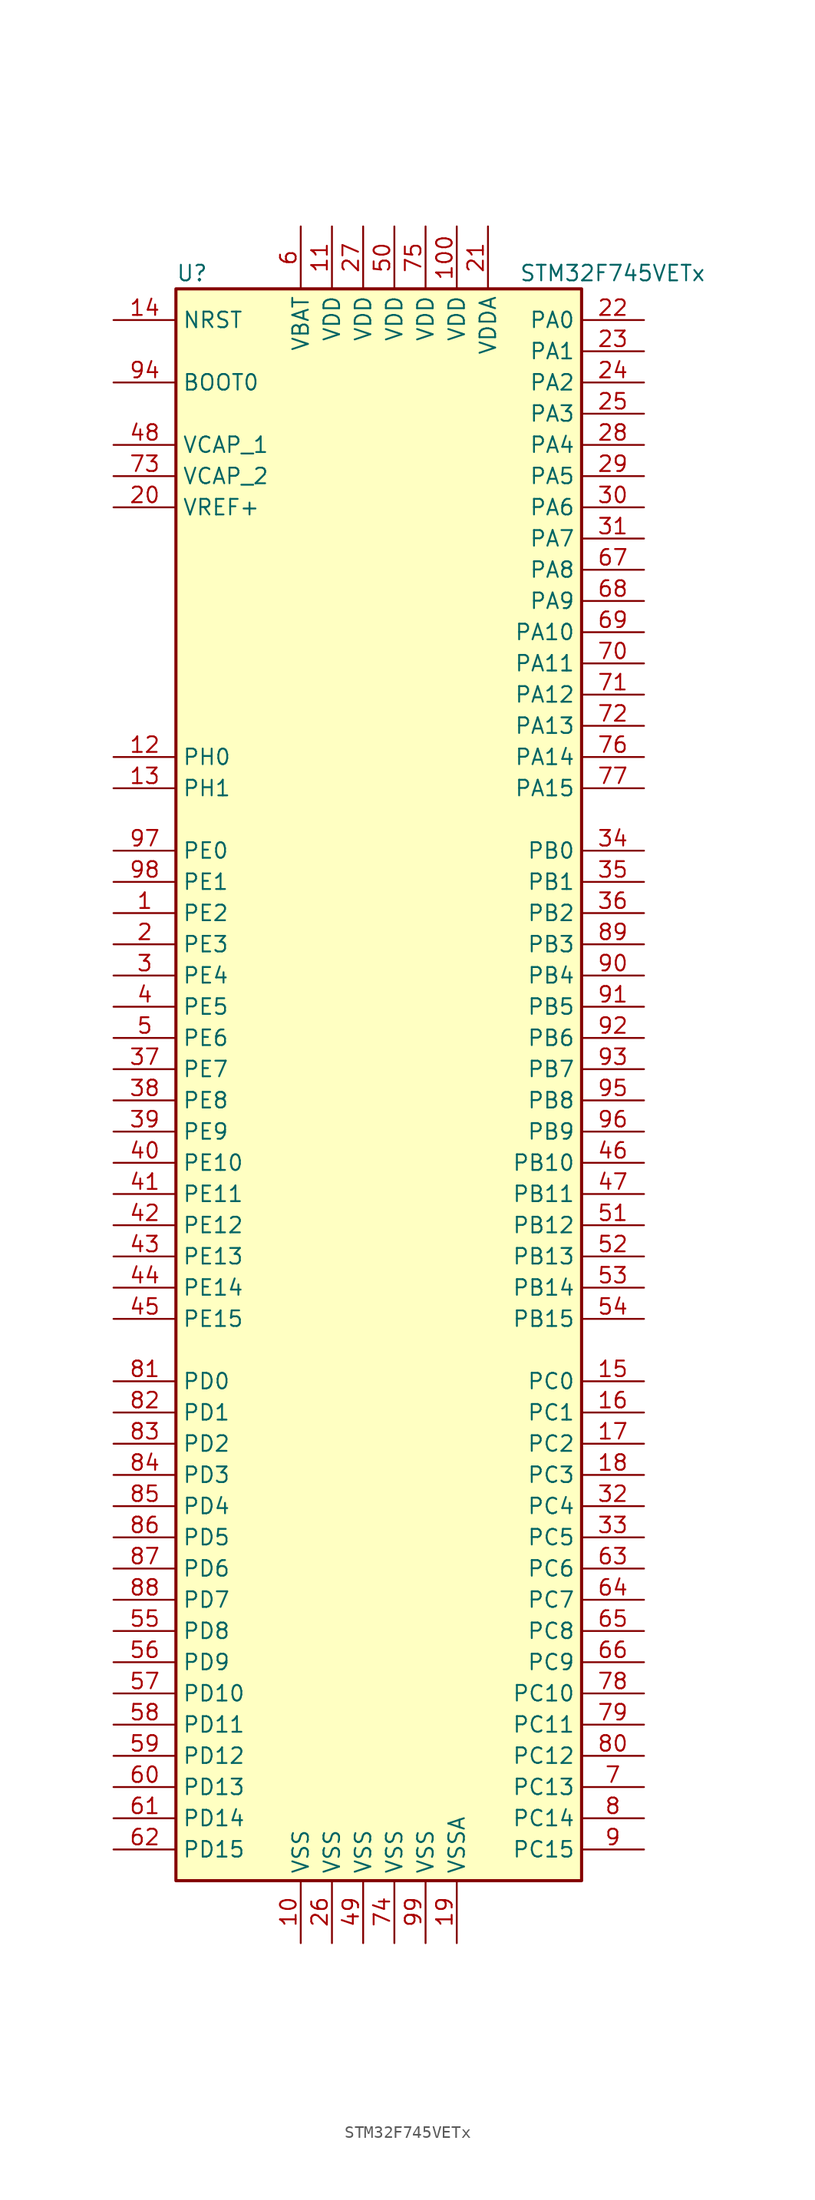
<source format=kicad_sym>
(kicad_symbol_lib
  (version 20201005)
  (generator kicad_symbol_editor)
  (symbol "STM32F745VETx"
    (property "Reference" "U"
      (at -17.78 64.77 0)
      (effects (font (size 1.27 1.27)) (justify left)))
    (property "Value" "STM32F745VETx"
      (at 10.16 64.77 0)
      (effects (font (size 1.27 1.27)) (justify left)))
    (symbol "STM32F745VETx_0_1"
      (rectangle (start -17.78 -66.04) (end 15.24 63.5) (stroke (width 0.254)) (fill (type background))))
    (symbol "STM32F745VETx_1_1"
      (pin bidirectional line (at -22.86 12.7 0) (length 5.08) (name "PE2" (effects (font (size 1.27 1.27)))) (number "1" (effects (font (size 1.27 1.27)))))
      (pin power_in line (at -7.62 -71.12 90) (length 5.08) (name "VSS" (effects (font (size 1.27 1.27)))) (number "10" (effects (font (size 1.27 1.27)))))
      (pin power_in line (at 5.08 68.58 270) (length 5.08) (name "VDD" (effects (font (size 1.27 1.27)))) (number "100" (effects (font (size 1.27 1.27)))))
      (pin power_in line (at -5.08 68.58 270) (length 5.08) (name "VDD" (effects (font (size 1.27 1.27)))) (number "11" (effects (font (size 1.27 1.27)))))
      (pin input line (at -22.86 25.4 0) (length 5.08) (name "PH0" (effects (font (size 1.27 1.27)))) (number "12" (effects (font (size 1.27 1.27)))))
      (pin input line (at -22.86 22.86 0) (length 5.08) (name "PH1" (effects (font (size 1.27 1.27)))) (number "13" (effects (font (size 1.27 1.27)))))
      (pin input line (at -22.86 60.96 0) (length 5.08) (name "NRST" (effects (font (size 1.27 1.27)))) (number "14" (effects (font (size 1.27 1.27)))))
      (pin bidirectional line (at 20.32 -25.4 180) (length 5.08) (name "PC0" (effects (font (size 1.27 1.27)))) (number "15" (effects (font (size 1.27 1.27)))))
      (pin bidirectional line (at 20.32 -27.94 180) (length 5.08) (name "PC1" (effects (font (size 1.27 1.27)))) (number "16" (effects (font (size 1.27 1.27)))))
      (pin bidirectional line (at 20.32 -30.48 180) (length 5.08) (name "PC2" (effects (font (size 1.27 1.27)))) (number "17" (effects (font (size 1.27 1.27)))))
      (pin bidirectional line (at 20.32 -33.02 180) (length 5.08) (name "PC3" (effects (font (size 1.27 1.27)))) (number "18" (effects (font (size 1.27 1.27)))))
      (pin power_in line (at 5.08 -71.12 90) (length 5.08) (name "VSSA" (effects (font (size 1.27 1.27)))) (number "19" (effects (font (size 1.27 1.27)))))
      (pin bidirectional line (at -22.86 10.16 0) (length 5.08) (name "PE3" (effects (font (size 1.27 1.27)))) (number "2" (effects (font (size 1.27 1.27)))))
      (pin power_in line (at -22.86 45.72 0) (length 5.08) (name "VREF+" (effects (font (size 1.27 1.27)))) (number "20" (effects (font (size 1.27 1.27)))))
      (pin power_in line (at 7.62 68.58 270) (length 5.08) (name "VDDA" (effects (font (size 1.27 1.27)))) (number "21" (effects (font (size 1.27 1.27)))))
      (pin bidirectional line (at 20.32 60.96 180) (length 5.08) (name "PA0" (effects (font (size 1.27 1.27)))) (number "22" (effects (font (size 1.27 1.27)))))
      (pin bidirectional line (at 20.32 58.42 180) (length 5.08) (name "PA1" (effects (font (size 1.27 1.27)))) (number "23" (effects (font (size 1.27 1.27)))))
      (pin bidirectional line (at 20.32 55.88 180) (length 5.08) (name "PA2" (effects (font (size 1.27 1.27)))) (number "24" (effects (font (size 1.27 1.27)))))
      (pin bidirectional line (at 20.32 53.34 180) (length 5.08) (name "PA3" (effects (font (size 1.27 1.27)))) (number "25" (effects (font (size 1.27 1.27)))))
      (pin power_in line (at -5.08 -71.12 90) (length 5.08) (name "VSS" (effects (font (size 1.27 1.27)))) (number "26" (effects (font (size 1.27 1.27)))))
      (pin power_in line (at -2.54 68.58 270) (length 5.08) (name "VDD" (effects (font (size 1.27 1.27)))) (number "27" (effects (font (size 1.27 1.27)))))
      (pin bidirectional line (at 20.32 50.8 180) (length 5.08) (name "PA4" (effects (font (size 1.27 1.27)))) (number "28" (effects (font (size 1.27 1.27)))))
      (pin bidirectional line (at 20.32 48.26 180) (length 5.08) (name "PA5" (effects (font (size 1.27 1.27)))) (number "29" (effects (font (size 1.27 1.27)))))
      (pin bidirectional line (at -22.86 7.62 0) (length 5.08) (name "PE4" (effects (font (size 1.27 1.27)))) (number "3" (effects (font (size 1.27 1.27)))))
      (pin bidirectional line (at 20.32 45.72 180) (length 5.08) (name "PA6" (effects (font (size 1.27 1.27)))) (number "30" (effects (font (size 1.27 1.27)))))
      (pin bidirectional line (at 20.32 43.18 180) (length 5.08) (name "PA7" (effects (font (size 1.27 1.27)))) (number "31" (effects (font (size 1.27 1.27)))))
      (pin bidirectional line (at 20.32 -35.56 180) (length 5.08) (name "PC4" (effects (font (size 1.27 1.27)))) (number "32" (effects (font (size 1.27 1.27)))))
      (pin bidirectional line (at 20.32 -38.1 180) (length 5.08) (name "PC5" (effects (font (size 1.27 1.27)))) (number "33" (effects (font (size 1.27 1.27)))))
      (pin bidirectional line (at 20.32 17.78 180) (length 5.08) (name "PB0" (effects (font (size 1.27 1.27)))) (number "34" (effects (font (size 1.27 1.27)))))
      (pin bidirectional line (at 20.32 15.24 180) (length 5.08) (name "PB1" (effects (font (size 1.27 1.27)))) (number "35" (effects (font (size 1.27 1.27)))))
      (pin bidirectional line (at 20.32 12.7 180) (length 5.08) (name "PB2" (effects (font (size 1.27 1.27)))) (number "36" (effects (font (size 1.27 1.27)))))
      (pin bidirectional line (at -22.86 0 0) (length 5.08) (name "PE7" (effects (font (size 1.27 1.27)))) (number "37" (effects (font (size 1.27 1.27)))))
      (pin bidirectional line (at -22.86 -2.54 0) (length 5.08) (name "PE8" (effects (font (size 1.27 1.27)))) (number "38" (effects (font (size 1.27 1.27)))))
      (pin bidirectional line (at -22.86 -5.08 0) (length 5.08) (name "PE9" (effects (font (size 1.27 1.27)))) (number "39" (effects (font (size 1.27 1.27)))))
      (pin bidirectional line (at -22.86 5.08 0) (length 5.08) (name "PE5" (effects (font (size 1.27 1.27)))) (number "4" (effects (font (size 1.27 1.27)))))
      (pin bidirectional line (at -22.86 -7.62 0) (length 5.08) (name "PE10" (effects (font (size 1.27 1.27)))) (number "40" (effects (font (size 1.27 1.27)))))
      (pin bidirectional line (at -22.86 -10.16 0) (length 5.08) (name "PE11" (effects (font (size 1.27 1.27)))) (number "41" (effects (font (size 1.27 1.27)))))
      (pin bidirectional line (at -22.86 -12.7 0) (length 5.08) (name "PE12" (effects (font (size 1.27 1.27)))) (number "42" (effects (font (size 1.27 1.27)))))
      (pin bidirectional line (at -22.86 -15.24 0) (length 5.08) (name "PE13" (effects (font (size 1.27 1.27)))) (number "43" (effects (font (size 1.27 1.27)))))
      (pin bidirectional line (at -22.86 -17.78 0) (length 5.08) (name "PE14" (effects (font (size 1.27 1.27)))) (number "44" (effects (font (size 1.27 1.27)))))
      (pin bidirectional line (at -22.86 -20.32 0) (length 5.08) (name "PE15" (effects (font (size 1.27 1.27)))) (number "45" (effects (font (size 1.27 1.27)))))
      (pin bidirectional line (at 20.32 -7.62 180) (length 5.08) (name "PB10" (effects (font (size 1.27 1.27)))) (number "46" (effects (font (size 1.27 1.27)))))
      (pin bidirectional line (at 20.32 -10.16 180) (length 5.08) (name "PB11" (effects (font (size 1.27 1.27)))) (number "47" (effects (font (size 1.27 1.27)))))
      (pin power_in line (at -22.86 50.8 0) (length 5.08) (name "VCAP_1" (effects (font (size 1.27 1.27)))) (number "48" (effects (font (size 1.27 1.27)))))
      (pin power_in line (at -2.54 -71.12 90) (length 5.08) (name "VSS" (effects (font (size 1.27 1.27)))) (number "49" (effects (font (size 1.27 1.27)))))
      (pin bidirectional line (at -22.86 2.54 0) (length 5.08) (name "PE6" (effects (font (size 1.27 1.27)))) (number "5" (effects (font (size 1.27 1.27)))))
      (pin power_in line (at 0 68.58 270) (length 5.08) (name "VDD" (effects (font (size 1.27 1.27)))) (number "50" (effects (font (size 1.27 1.27)))))
      (pin bidirectional line (at 20.32 -12.7 180) (length 5.08) (name "PB12" (effects (font (size 1.27 1.27)))) (number "51" (effects (font (size 1.27 1.27)))))
      (pin bidirectional line (at 20.32 -15.24 180) (length 5.08) (name "PB13" (effects (font (size 1.27 1.27)))) (number "52" (effects (font (size 1.27 1.27)))))
      (pin bidirectional line (at 20.32 -17.78 180) (length 5.08) (name "PB14" (effects (font (size 1.27 1.27)))) (number "53" (effects (font (size 1.27 1.27)))))
      (pin bidirectional line (at 20.32 -20.32 180) (length 5.08) (name "PB15" (effects (font (size 1.27 1.27)))) (number "54" (effects (font (size 1.27 1.27)))))
      (pin bidirectional line (at -22.86 -45.72 0) (length 5.08) (name "PD8" (effects (font (size 1.27 1.27)))) (number "55" (effects (font (size 1.27 1.27)))))
      (pin bidirectional line (at -22.86 -48.26 0) (length 5.08) (name "PD9" (effects (font (size 1.27 1.27)))) (number "56" (effects (font (size 1.27 1.27)))))
      (pin bidirectional line (at -22.86 -50.8 0) (length 5.08) (name "PD10" (effects (font (size 1.27 1.27)))) (number "57" (effects (font (size 1.27 1.27)))))
      (pin bidirectional line (at -22.86 -53.34 0) (length 5.08) (name "PD11" (effects (font (size 1.27 1.27)))) (number "58" (effects (font (size 1.27 1.27)))))
      (pin bidirectional line (at -22.86 -55.88 0) (length 5.08) (name "PD12" (effects (font (size 1.27 1.27)))) (number "59" (effects (font (size 1.27 1.27)))))
      (pin power_in line (at -7.62 68.58 270) (length 5.08) (name "VBAT" (effects (font (size 1.27 1.27)))) (number "6" (effects (font (size 1.27 1.27)))))
      (pin bidirectional line (at -22.86 -58.42 0) (length 5.08) (name "PD13" (effects (font (size 1.27 1.27)))) (number "60" (effects (font (size 1.27 1.27)))))
      (pin bidirectional line (at -22.86 -60.96 0) (length 5.08) (name "PD14" (effects (font (size 1.27 1.27)))) (number "61" (effects (font (size 1.27 1.27)))))
      (pin bidirectional line (at -22.86 -63.5 0) (length 5.08) (name "PD15" (effects (font (size 1.27 1.27)))) (number "62" (effects (font (size 1.27 1.27)))))
      (pin bidirectional line (at 20.32 -40.64 180) (length 5.08) (name "PC6" (effects (font (size 1.27 1.27)))) (number "63" (effects (font (size 1.27 1.27)))))
      (pin bidirectional line (at 20.32 -43.18 180) (length 5.08) (name "PC7" (effects (font (size 1.27 1.27)))) (number "64" (effects (font (size 1.27 1.27)))))
      (pin bidirectional line (at 20.32 -45.72 180) (length 5.08) (name "PC8" (effects (font (size 1.27 1.27)))) (number "65" (effects (font (size 1.27 1.27)))))
      (pin bidirectional line (at 20.32 -48.26 180) (length 5.08) (name "PC9" (effects (font (size 1.27 1.27)))) (number "66" (effects (font (size 1.27 1.27)))))
      (pin bidirectional line (at 20.32 40.64 180) (length 5.08) (name "PA8" (effects (font (size 1.27 1.27)))) (number "67" (effects (font (size 1.27 1.27)))))
      (pin bidirectional line (at 20.32 38.1 180) (length 5.08) (name "PA9" (effects (font (size 1.27 1.27)))) (number "68" (effects (font (size 1.27 1.27)))))
      (pin bidirectional line (at 20.32 35.56 180) (length 5.08) (name "PA10" (effects (font (size 1.27 1.27)))) (number "69" (effects (font (size 1.27 1.27)))))
      (pin bidirectional line (at 20.32 -58.42 180) (length 5.08) (name "PC13" (effects (font (size 1.27 1.27)))) (number "7" (effects (font (size 1.27 1.27)))))
      (pin bidirectional line (at 20.32 33.02 180) (length 5.08) (name "PA11" (effects (font (size 1.27 1.27)))) (number "70" (effects (font (size 1.27 1.27)))))
      (pin bidirectional line (at 20.32 30.48 180) (length 5.08) (name "PA12" (effects (font (size 1.27 1.27)))) (number "71" (effects (font (size 1.27 1.27)))))
      (pin bidirectional line (at 20.32 27.94 180) (length 5.08) (name "PA13" (effects (font (size 1.27 1.27)))) (number "72" (effects (font (size 1.27 1.27)))))
      (pin power_in line (at -22.86 48.26 0) (length 5.08) (name "VCAP_2" (effects (font (size 1.27 1.27)))) (number "73" (effects (font (size 1.27 1.27)))))
      (pin power_in line (at 0 -71.12 90) (length 5.08) (name "VSS" (effects (font (size 1.27 1.27)))) (number "74" (effects (font (size 1.27 1.27)))))
      (pin power_in line (at 2.54 68.58 270) (length 5.08) (name "VDD" (effects (font (size 1.27 1.27)))) (number "75" (effects (font (size 1.27 1.27)))))
      (pin bidirectional line (at 20.32 25.4 180) (length 5.08) (name "PA14" (effects (font (size 1.27 1.27)))) (number "76" (effects (font (size 1.27 1.27)))))
      (pin bidirectional line (at 20.32 22.86 180) (length 5.08) (name "PA15" (effects (font (size 1.27 1.27)))) (number "77" (effects (font (size 1.27 1.27)))))
      (pin bidirectional line (at 20.32 -50.8 180) (length 5.08) (name "PC10" (effects (font (size 1.27 1.27)))) (number "78" (effects (font (size 1.27 1.27)))))
      (pin bidirectional line (at 20.32 -53.34 180) (length 5.08) (name "PC11" (effects (font (size 1.27 1.27)))) (number "79" (effects (font (size 1.27 1.27)))))
      (pin bidirectional line (at 20.32 -60.96 180) (length 5.08) (name "PC14" (effects (font (size 1.27 1.27)))) (number "8" (effects (font (size 1.27 1.27)))))
      (pin bidirectional line (at 20.32 -55.88 180) (length 5.08) (name "PC12" (effects (font (size 1.27 1.27)))) (number "80" (effects (font (size 1.27 1.27)))))
      (pin bidirectional line (at -22.86 -25.4 0) (length 5.08) (name "PD0" (effects (font (size 1.27 1.27)))) (number "81" (effects (font (size 1.27 1.27)))))
      (pin bidirectional line (at -22.86 -27.94 0) (length 5.08) (name "PD1" (effects (font (size 1.27 1.27)))) (number "82" (effects (font (size 1.27 1.27)))))
      (pin bidirectional line (at -22.86 -30.48 0) (length 5.08) (name "PD2" (effects (font (size 1.27 1.27)))) (number "83" (effects (font (size 1.27 1.27)))))
      (pin bidirectional line (at -22.86 -33.02 0) (length 5.08) (name "PD3" (effects (font (size 1.27 1.27)))) (number "84" (effects (font (size 1.27 1.27)))))
      (pin bidirectional line (at -22.86 -35.56 0) (length 5.08) (name "PD4" (effects (font (size 1.27 1.27)))) (number "85" (effects (font (size 1.27 1.27)))))
      (pin bidirectional line (at -22.86 -38.1 0) (length 5.08) (name "PD5" (effects (font (size 1.27 1.27)))) (number "86" (effects (font (size 1.27 1.27)))))
      (pin bidirectional line (at -22.86 -40.64 0) (length 5.08) (name "PD6" (effects (font (size 1.27 1.27)))) (number "87" (effects (font (size 1.27 1.27)))))
      (pin bidirectional line (at -22.86 -43.18 0) (length 5.08) (name "PD7" (effects (font (size 1.27 1.27)))) (number "88" (effects (font (size 1.27 1.27)))))
      (pin bidirectional line (at 20.32 10.16 180) (length 5.08) (name "PB3" (effects (font (size 1.27 1.27)))) (number "89" (effects (font (size 1.27 1.27)))))
      (pin bidirectional line (at 20.32 -63.5 180) (length 5.08) (name "PC15" (effects (font (size 1.27 1.27)))) (number "9" (effects (font (size 1.27 1.27)))))
      (pin bidirectional line (at 20.32 7.62 180) (length 5.08) (name "PB4" (effects (font (size 1.27 1.27)))) (number "90" (effects (font (size 1.27 1.27)))))
      (pin bidirectional line (at 20.32 5.08 180) (length 5.08) (name "PB5" (effects (font (size 1.27 1.27)))) (number "91" (effects (font (size 1.27 1.27)))))
      (pin bidirectional line (at 20.32 2.54 180) (length 5.08) (name "PB6" (effects (font (size 1.27 1.27)))) (number "92" (effects (font (size 1.27 1.27)))))
      (pin bidirectional line (at 20.32 0 180) (length 5.08) (name "PB7" (effects (font (size 1.27 1.27)))) (number "93" (effects (font (size 1.27 1.27)))))
      (pin input line (at -22.86 55.88 0) (length 5.08) (name "BOOT0" (effects (font (size 1.27 1.27)))) (number "94" (effects (font (size 1.27 1.27)))))
      (pin bidirectional line (at 20.32 -2.54 180) (length 5.08) (name "PB8" (effects (font (size 1.27 1.27)))) (number "95" (effects (font (size 1.27 1.27)))))
      (pin bidirectional line (at 20.32 -5.08 180) (length 5.08) (name "PB9" (effects (font (size 1.27 1.27)))) (number "96" (effects (font (size 1.27 1.27)))))
      (pin bidirectional line (at -22.86 17.78 0) (length 5.08) (name "PE0" (effects (font (size 1.27 1.27)))) (number "97" (effects (font (size 1.27 1.27)))))
      (pin bidirectional line (at -22.86 15.24 0) (length 5.08) (name "PE1" (effects (font (size 1.27 1.27)))) (number "98" (effects (font (size 1.27 1.27)))))
      (pin power_in line (at 2.54 -71.12 90) (length 5.08) (name "VSS" (effects (font (size 1.27 1.27)))) (number "99" (effects (font (size 1.27 1.27))))))))
</source>
